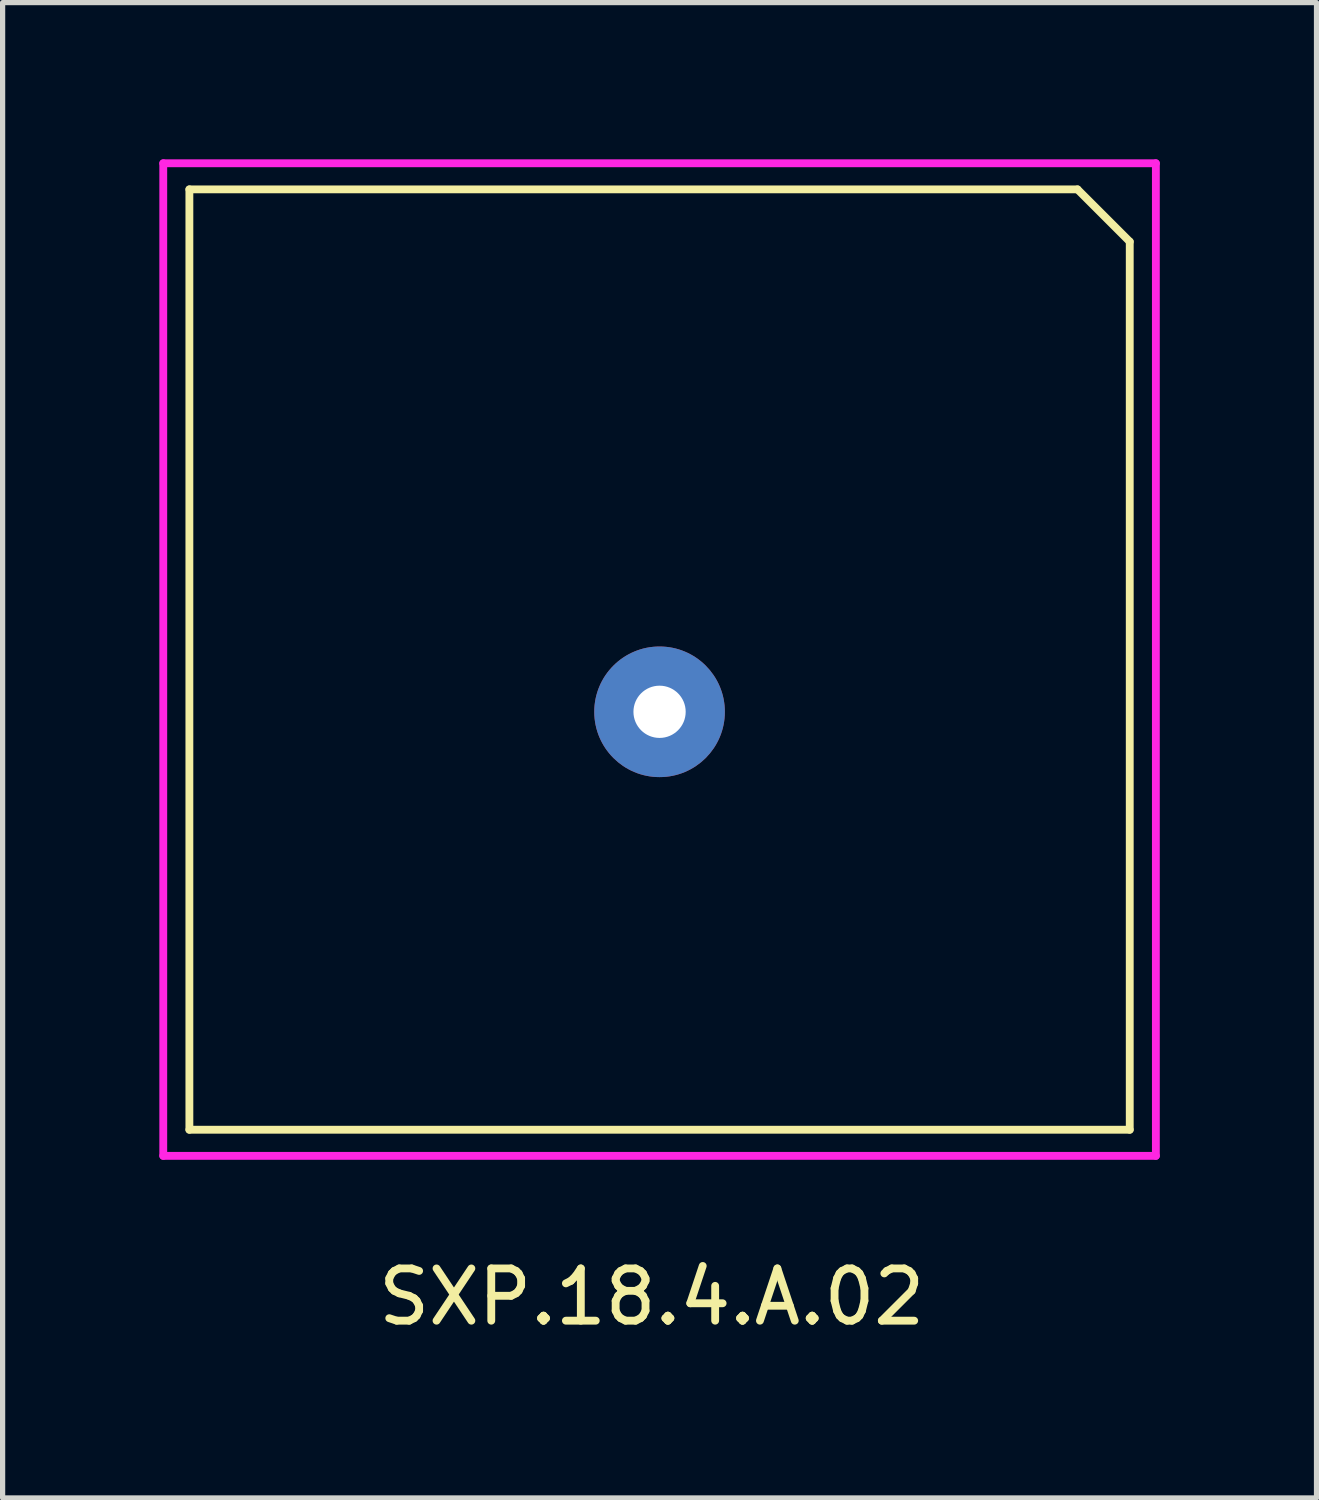
<source format=kicad_pcb>
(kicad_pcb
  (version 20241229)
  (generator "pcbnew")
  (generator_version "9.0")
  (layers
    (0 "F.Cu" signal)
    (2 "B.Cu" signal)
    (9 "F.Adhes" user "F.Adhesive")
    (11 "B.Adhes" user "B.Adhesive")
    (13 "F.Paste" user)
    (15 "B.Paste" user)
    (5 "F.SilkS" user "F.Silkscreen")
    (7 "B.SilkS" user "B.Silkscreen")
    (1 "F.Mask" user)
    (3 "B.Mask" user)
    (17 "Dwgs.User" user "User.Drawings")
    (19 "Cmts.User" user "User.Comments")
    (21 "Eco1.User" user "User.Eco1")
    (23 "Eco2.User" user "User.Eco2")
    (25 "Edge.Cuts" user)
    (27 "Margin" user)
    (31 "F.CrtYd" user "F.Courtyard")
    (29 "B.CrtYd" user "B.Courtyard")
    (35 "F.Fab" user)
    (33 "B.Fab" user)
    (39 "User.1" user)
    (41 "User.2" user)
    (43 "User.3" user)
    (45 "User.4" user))
  (footprint "SXP.18.4.A.02"
    (layer "F.Cu")
    (at 9.575 9.575)
    (property "Reference" "SXP.18.4.A.02" (at -0.15 12.2 0) (layer "F.SilkS") (effects (font (size 1 1) (thickness 0.15))))
    (attr through_hole)
    (fp_line (start -9 -9) (end 8 -9) (stroke (width 0.15) (type solid)) (layer "F.SilkS"))
    (fp_line (start -9 9) (end -9 -9) (stroke (width 0.15) (type solid)) (layer "F.SilkS"))
    (fp_line (start 8 -9) (end 9 -8) (stroke (width 0.15) (type solid)) (layer "F.SilkS"))
    (fp_line (start 9 -8) (end 9 9) (stroke (width 0.15) (type solid)) (layer "F.SilkS"))
    (fp_line (start 9 9) (end -9 9) (stroke (width 0.15) (type solid)) (layer "F.SilkS"))
    (fp_line (start -9.5 -9.5) (end 9.5 -9.5) (stroke (width 0.15) (type solid)) (layer "F.CrtYd"))
    (fp_line (start -9.5 9.5) (end -9.5 -9.5) (stroke (width 0.15) (type solid)) (layer "F.CrtYd"))
    (fp_line (start 9.5 -9.5) (end 9.5 9.5) (stroke (width 0.15) (type solid)) (layer "F.CrtYd"))
    (fp_line (start 9.5 9.5) (end -9.5 9.5) (stroke (width 0.15) (type solid)) (layer "F.CrtYd"))
    (pad "1" thru_hole circle (at 0 1) (size 2.5 2.5) (drill 1) (layers "B.Cu" "B.Mask")))
  (gr_rect
    (start -3 -3)
    (end 22.15 25.623)
    (stroke (width 0.1) (type default))
    (fill no)
    (layer "Edge.Cuts")))
</source>
